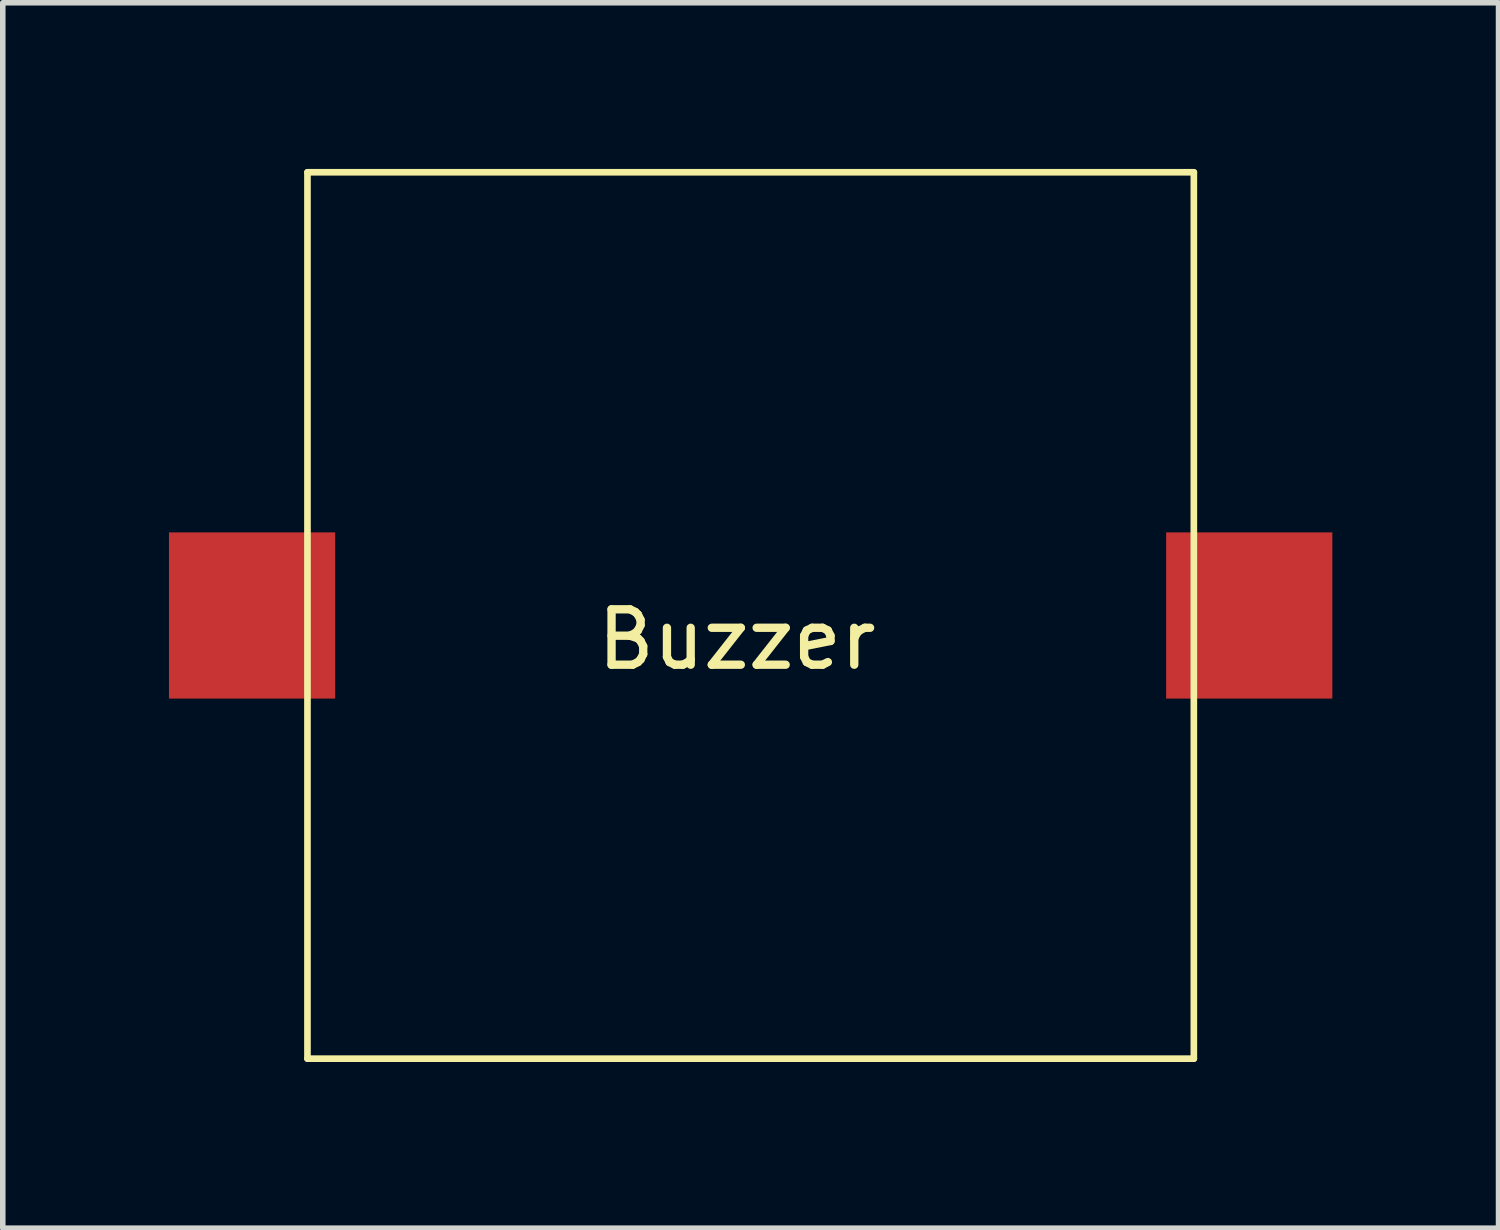
<source format=kicad_pcb>
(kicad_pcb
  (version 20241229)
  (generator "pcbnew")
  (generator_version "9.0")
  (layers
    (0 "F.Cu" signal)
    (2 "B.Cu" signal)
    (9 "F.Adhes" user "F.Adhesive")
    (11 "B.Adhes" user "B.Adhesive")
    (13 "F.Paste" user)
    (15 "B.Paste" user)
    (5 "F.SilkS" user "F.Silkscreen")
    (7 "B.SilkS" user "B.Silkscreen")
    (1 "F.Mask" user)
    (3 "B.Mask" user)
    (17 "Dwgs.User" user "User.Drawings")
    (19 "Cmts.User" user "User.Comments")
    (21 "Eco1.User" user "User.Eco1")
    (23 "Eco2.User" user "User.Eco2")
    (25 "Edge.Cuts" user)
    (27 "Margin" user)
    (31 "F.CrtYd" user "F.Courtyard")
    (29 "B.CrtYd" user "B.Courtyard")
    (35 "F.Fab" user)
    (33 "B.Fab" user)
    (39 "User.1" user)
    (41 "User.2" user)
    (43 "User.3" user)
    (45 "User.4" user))
  (footprint "Buzzer"
    (layer "F.Cu")
    (at 10.5 8.06)
    (property "Reference" "Buzzer" (at -0.249 0.434 0) (layer "F.SilkS") (effects (font (size 1 1) (thickness 0.15))))
    (attr through_hole)
    (fp_line (start -8 -8) (end 8 -8) (stroke (width 0.12) (type solid)) (layer "F.SilkS"))
    (fp_line (start -8 8) (end -8 -8) (stroke (width 0.12) (type solid)) (layer "F.SilkS"))
    (fp_line (start 8 -8) (end 8 8) (stroke (width 0.12) (type solid)) (layer "F.SilkS"))
    (fp_line (start 8 8) (end -8 8) (stroke (width 0.12) (type solid)) (layer "F.SilkS"))
    (pad "1" smd rect (at -9 0) (size 3 3) (layers "F.Cu" "F.Mask" "F.Paste"))
    (pad "2" smd rect (at 9 0) (size 3 3) (layers "F.Cu" "F.Mask" "F.Paste")))
  (gr_rect
    (start -3 -3)
    (end 24 19.12)
    (stroke (width 0.1) (type default))
    (fill no)
    (layer "Edge.Cuts")))
</source>
